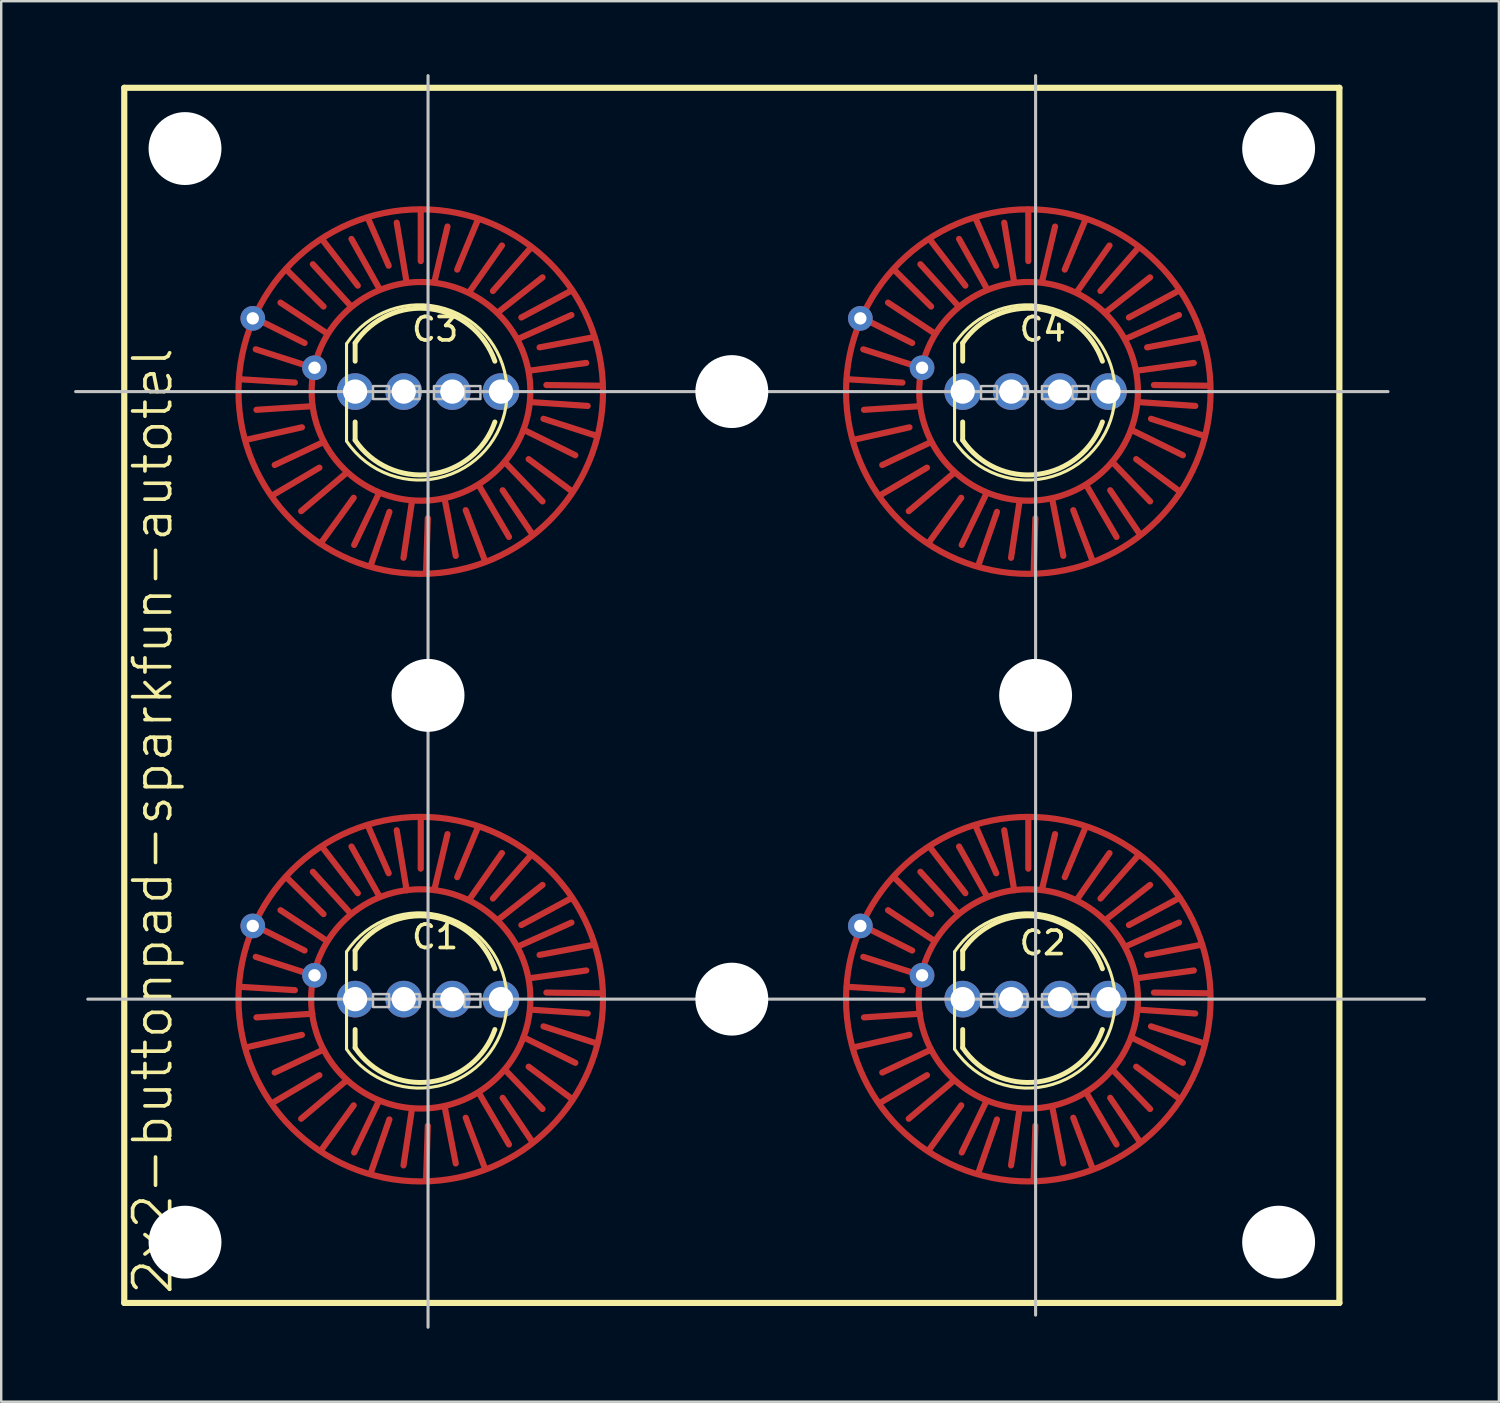
<source format=kicad_pcb>
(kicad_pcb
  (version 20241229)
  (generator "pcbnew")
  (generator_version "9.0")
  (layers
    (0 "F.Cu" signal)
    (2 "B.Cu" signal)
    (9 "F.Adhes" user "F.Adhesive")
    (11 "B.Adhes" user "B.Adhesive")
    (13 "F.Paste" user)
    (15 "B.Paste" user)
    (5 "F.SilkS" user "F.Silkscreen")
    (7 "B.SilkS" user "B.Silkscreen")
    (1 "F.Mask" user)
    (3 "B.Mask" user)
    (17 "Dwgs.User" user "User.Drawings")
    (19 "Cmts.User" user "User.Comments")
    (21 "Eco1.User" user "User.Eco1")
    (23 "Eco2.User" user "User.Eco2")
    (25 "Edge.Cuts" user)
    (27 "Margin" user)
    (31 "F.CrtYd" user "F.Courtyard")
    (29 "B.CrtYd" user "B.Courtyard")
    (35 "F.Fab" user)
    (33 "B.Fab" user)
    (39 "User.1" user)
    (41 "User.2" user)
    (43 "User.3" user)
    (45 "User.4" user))
  (footprint "2x2-buttonpad-sparkfun-autotel"
    (layer "F.Cu")
    (at 2.063 50.563)
    (property "Reference" "2x2-buttonpad-sparkfun-autotel" (at 1.17 -19.83 90) (layer "F.SilkS") (effects (font (size 1.524 1.524) (thickness 0.15))))
    (attr through_hole)
    (fp_line (start 4.73 -38.01) (end 7.02 -37.87) (stroke (width 0.254) (type solid)) (layer "F.Cu"))
    (fp_line (start 4.73 -13.01) (end 7.02 -12.87) (stroke (width 0.254) (type solid)) (layer "F.Cu"))
    (fp_line (start 5.36 -40.53) (end 7.42 -39.5) (stroke (width 0.254) (type solid)) (layer "F.Cu"))
    (fp_line (start 5.36 -15.53) (end 7.42 -14.5) (stroke (width 0.254) (type solid)) (layer "F.Cu"))
    (fp_line (start 5.41 -39.24) (end 7.78 -38.48) (stroke (width 0.254) (type solid)) (layer "F.Cu"))
    (fp_line (start 5.41 -14.24) (end 7.78 -13.48) (stroke (width 0.254) (type solid)) (layer "F.Cu"))
    (fp_line (start 5.44 -36.75) (end 7.74 -36.9) (stroke (width 0.254) (type solid)) (layer "F.Cu"))
    (fp_line (start 5.44 -11.75) (end 7.74 -11.9) (stroke (width 0.254) (type solid)) (layer "F.Cu"))
    (fp_line (start 6.08 -33.22) (end 8.03 -34.37) (stroke (width 0.254) (type solid)) (layer "F.Cu"))
    (fp_line (start 6.08 -8.22) (end 8.03 -9.37) (stroke (width 0.254) (type solid)) (layer "F.Cu"))
    (fp_line (start 6.19 -34.48) (end 8.19 -35.42) (stroke (width 0.254) (type solid)) (layer "F.Cu"))
    (fp_line (start 6.19 -9.48) (end 8.19 -10.42) (stroke (width 0.254) (type solid)) (layer "F.Cu"))
    (fp_line (start 6.43 -41.16) (end 8.29 -39.93) (stroke (width 0.254) (type solid)) (layer "F.Cu"))
    (fp_line (start 6.43 -16.16) (end 8.29 -14.93) (stroke (width 0.254) (type solid)) (layer "F.Cu"))
    (fp_line (start 6.68 -42.51) (end 8.2 -41) (stroke (width 0.254) (type solid)) (layer "F.Cu"))
    (fp_line (start 6.68 -17.51) (end 8.2 -16) (stroke (width 0.254) (type solid)) (layer "F.Cu"))
    (fp_line (start 7.31 -36.03) (end 5.03 -35.52) (stroke (width 0.254) (type solid)) (layer "F.Cu"))
    (fp_line (start 7.31 -11.03) (end 5.03 -10.52) (stroke (width 0.254) (type solid)) (layer "F.Cu"))
    (fp_line (start 7.76 -42.74) (end 9.32 -41.02) (stroke (width 0.254) (type solid)) (layer "F.Cu"))
    (fp_line (start 7.76 -17.74) (end 9.32 -16.02) (stroke (width 0.254) (type solid)) (layer "F.Cu"))
    (fp_line (start 8.16 -43.74) (end 9.61 -41.86) (stroke (width 0.254) (type solid)) (layer "F.Cu"))
    (fp_line (start 8.16 -18.74) (end 9.61 -16.86) (stroke (width 0.254) (type solid)) (layer "F.Cu"))
    (fp_line (start 9.15 -34.16) (end 7.28 -32.58) (stroke (width 0.254) (type solid)) (layer "F.Cu"))
    (fp_line (start 9.15 -9.16) (end 7.28 -7.58) (stroke (width 0.254) (type solid)) (layer "F.Cu"))
    (fp_line (start 9.35 -43.78) (end 10.46 -41.8) (stroke (width 0.254) (type solid)) (layer "F.Cu"))
    (fp_line (start 9.35 -18.78) (end 10.46 -16.8) (stroke (width 0.254) (type solid)) (layer "F.Cu"))
    (fp_line (start 9.44 -33.13) (end 8.1 -31.28) (stroke (width 0.254) (type solid)) (layer "F.Cu"))
    (fp_line (start 9.44 -8.13) (end 8.1 -6.28) (stroke (width 0.254) (type solid)) (layer "F.Cu"))
    (fp_line (start 9.46 -31.19) (end 10.45 -33.25) (stroke (width 0.254) (type solid)) (layer "F.Cu"))
    (fp_line (start 9.46 -6.19) (end 10.45 -8.25) (stroke (width 0.254) (type solid)) (layer "F.Cu"))
    (fp_line (start 10.88 -42.68) (end 10.02 -44.65) (stroke (width 0.254) (type solid)) (layer "F.Cu"))
    (fp_line (start 10.88 -17.68) (end 10.02 -19.65) (stroke (width 0.254) (type solid)) (layer "F.Cu"))
    (fp_line (start 10.91 -32.55) (end 10.15 -30.37) (stroke (width 0.254) (type solid)) (layer "F.Cu"))
    (fp_line (start 10.91 -7.55) (end 10.15 -5.37) (stroke (width 0.254) (type solid)) (layer "F.Cu"))
    (fp_line (start 11.49 -30.66) (end 11.84 -32.99) (stroke (width 0.254) (type solid)) (layer "F.Cu"))
    (fp_line (start 11.49 -5.66) (end 11.84 -7.99) (stroke (width 0.254) (type solid)) (layer "F.Cu"))
    (fp_line (start 11.62 -41.98) (end 11.21 -44.45) (stroke (width 0.254) (type solid)) (layer "F.Cu"))
    (fp_line (start 11.62 -16.98) (end 11.21 -19.45) (stroke (width 0.254) (type solid)) (layer "F.Cu"))
    (fp_line (start 12.2 -42.87) (end 12.2 -44.99) (stroke (width 0.254) (type solid)) (layer "F.Cu"))
    (fp_line (start 12.2 -17.87) (end 12.2 -19.99) (stroke (width 0.254) (type solid)) (layer "F.Cu"))
    (fp_line (start 12.49 -32.29) (end 12.42 -30.06) (stroke (width 0.254) (type solid)) (layer "F.Cu"))
    (fp_line (start 12.49 -7.29) (end 12.42 -5.06) (stroke (width 0.254) (type solid)) (layer "F.Cu"))
    (fp_line (start 12.76 -42.01) (end 13.3 -44.29) (stroke (width 0.254) (type solid)) (layer "F.Cu"))
    (fp_line (start 12.76 -17.01) (end 13.3 -19.29) (stroke (width 0.254) (type solid)) (layer "F.Cu"))
    (fp_line (start 13.64 -30.74) (end 13.18 -33.09) (stroke (width 0.254) (type solid)) (layer "F.Cu"))
    (fp_line (start 13.64 -5.74) (end 13.18 -8.09) (stroke (width 0.254) (type solid)) (layer "F.Cu"))
    (fp_line (start 13.7 -42.52) (end 14.54 -44.54) (stroke (width 0.254) (type solid)) (layer "F.Cu"))
    (fp_line (start 13.7 -17.52) (end 14.54 -19.54) (stroke (width 0.254) (type solid)) (layer "F.Cu"))
    (fp_line (start 14.05 -32.62) (end 14.83 -30.57) (stroke (width 0.254) (type solid)) (layer "F.Cu"))
    (fp_line (start 14.05 -7.62) (end 14.83 -5.57) (stroke (width 0.254) (type solid)) (layer "F.Cu"))
    (fp_line (start 14.2 -41.6) (end 15.54 -43.51) (stroke (width 0.254) (type solid)) (layer "F.Cu"))
    (fp_line (start 14.2 -16.6) (end 15.54 -18.51) (stroke (width 0.254) (type solid)) (layer "F.Cu"))
    (fp_line (start 15.39 -40.77) (end 17.21 -42.2) (stroke (width 0.254) (type solid)) (layer "F.Cu"))
    (fp_line (start 15.39 -15.77) (end 17.21 -17.2) (stroke (width 0.254) (type solid)) (layer "F.Cu"))
    (fp_line (start 15.57 -33.44) (end 16.77 -31.66) (stroke (width 0.254) (type solid)) (layer "F.Cu"))
    (fp_line (start 15.57 -8.44) (end 16.77 -6.66) (stroke (width 0.254) (type solid)) (layer "F.Cu"))
    (fp_line (start 15.66 -34.6) (end 17.21 -32.98) (stroke (width 0.254) (type solid)) (layer "F.Cu"))
    (fp_line (start 15.66 -9.6) (end 17.21 -7.98) (stroke (width 0.254) (type solid)) (layer "F.Cu"))
    (fp_line (start 15.83 -31.52) (end 14.58 -33.66) (stroke (width 0.254) (type solid)) (layer "F.Cu"))
    (fp_line (start 15.83 -6.52) (end 14.58 -8.66) (stroke (width 0.254) (type solid)) (layer "F.Cu"))
    (fp_line (start 16.23 -39.68) (end 18.4 -40.65) (stroke (width 0.254) (type solid)) (layer "F.Cu"))
    (fp_line (start 16.23 -14.68) (end 18.4 -15.65) (stroke (width 0.254) (type solid)) (layer "F.Cu"))
    (fp_line (start 16.34 -40.55) (end 18.37 -41.64) (stroke (width 0.254) (type solid)) (layer "F.Cu"))
    (fp_line (start 16.34 -15.55) (end 18.37 -16.64) (stroke (width 0.254) (type solid)) (layer "F.Cu"))
    (fp_line (start 16.43 -35.93) (end 18.56 -34.88) (stroke (width 0.254) (type solid)) (layer "F.Cu"))
    (fp_line (start 16.43 -10.93) (end 18.56 -9.88) (stroke (width 0.254) (type solid)) (layer "F.Cu"))
    (fp_line (start 16.64 -34.72) (end 18.39 -33.42) (stroke (width 0.254) (type solid)) (layer "F.Cu"))
    (fp_line (start 16.64 -9.72) (end 18.39 -8.42) (stroke (width 0.254) (type solid)) (layer "F.Cu"))
    (fp_line (start 16.67 -38.36) (end 19.01 -38.68) (stroke (width 0.254) (type solid)) (layer "F.Cu"))
    (fp_line (start 16.67 -13.36) (end 19.01 -13.68) (stroke (width 0.254) (type solid)) (layer "F.Cu"))
    (fp_line (start 16.71 -37.07) (end 19.07 -36.91) (stroke (width 0.254) (type solid)) (layer "F.Cu"))
    (fp_line (start 16.71 -12.07) (end 19.07 -11.91) (stroke (width 0.254) (type solid)) (layer "F.Cu"))
    (fp_line (start 16.73 -43.42) (end 15.17 -41.64) (stroke (width 0.254) (type solid)) (layer "F.Cu"))
    (fp_line (start 16.73 -18.42) (end 15.17 -16.64) (stroke (width 0.254) (type solid)) (layer "F.Cu"))
    (fp_line (start 17.09 -39.32) (end 19.33 -39.74) (stroke (width 0.254) (type solid)) (layer "F.Cu"))
    (fp_line (start 17.09 -14.32) (end 19.33 -14.74) (stroke (width 0.254) (type solid)) (layer "F.Cu"))
    (fp_line (start 17.25 -36.38) (end 19.37 -35.7) (stroke (width 0.254) (type solid)) (layer "F.Cu"))
    (fp_line (start 17.25 -11.38) (end 19.37 -10.7) (stroke (width 0.254) (type solid)) (layer "F.Cu"))
    (fp_line (start 17.37 -37.77) (end 19.66 -37.74) (stroke (width 0.254) (type solid)) (layer "F.Cu"))
    (fp_line (start 17.37 -12.77) (end 19.66 -12.74) (stroke (width 0.254) (type solid)) (layer "F.Cu"))
    (fp_line (start 29.73 -38.01) (end 32.02 -37.87) (stroke (width 0.254) (type solid)) (layer "F.Cu"))
    (fp_line (start 29.73 -13.01) (end 32.02 -12.87) (stroke (width 0.254) (type solid)) (layer "F.Cu"))
    (fp_line (start 30.36 -40.53) (end 32.42 -39.5) (stroke (width 0.254) (type solid)) (layer "F.Cu"))
    (fp_line (start 30.36 -15.53) (end 32.42 -14.5) (stroke (width 0.254) (type solid)) (layer "F.Cu"))
    (fp_line (start 30.41 -39.24) (end 32.78 -38.48) (stroke (width 0.254) (type solid)) (layer "F.Cu"))
    (fp_line (start 30.41 -14.24) (end 32.78 -13.48) (stroke (width 0.254) (type solid)) (layer "F.Cu"))
    (fp_line (start 30.44 -36.75) (end 32.74 -36.9) (stroke (width 0.254) (type solid)) (layer "F.Cu"))
    (fp_line (start 30.44 -11.75) (end 32.74 -11.9) (stroke (width 0.254) (type solid)) (layer "F.Cu"))
    (fp_line (start 31.08 -33.22) (end 33.03 -34.37) (stroke (width 0.254) (type solid)) (layer "F.Cu"))
    (fp_line (start 31.08 -8.22) (end 33.03 -9.37) (stroke (width 0.254) (type solid)) (layer "F.Cu"))
    (fp_line (start 31.19 -34.48) (end 33.19 -35.42) (stroke (width 0.254) (type solid)) (layer "F.Cu"))
    (fp_line (start 31.19 -9.48) (end 33.19 -10.42) (stroke (width 0.254) (type solid)) (layer "F.Cu"))
    (fp_line (start 31.43 -41.16) (end 33.29 -39.93) (stroke (width 0.254) (type solid)) (layer "F.Cu"))
    (fp_line (start 31.43 -16.16) (end 33.29 -14.93) (stroke (width 0.254) (type solid)) (layer "F.Cu"))
    (fp_line (start 31.68 -42.51) (end 33.2 -41) (stroke (width 0.254) (type solid)) (layer "F.Cu"))
    (fp_line (start 31.68 -17.51) (end 33.2 -16) (stroke (width 0.254) (type solid)) (layer "F.Cu"))
    (fp_line (start 32.31 -36.03) (end 30.03 -35.52) (stroke (width 0.254) (type solid)) (layer "F.Cu"))
    (fp_line (start 32.31 -11.03) (end 30.03 -10.52) (stroke (width 0.254) (type solid)) (layer "F.Cu"))
    (fp_line (start 32.76 -42.74) (end 34.32 -41.02) (stroke (width 0.254) (type solid)) (layer "F.Cu"))
    (fp_line (start 32.76 -17.74) (end 34.32 -16.02) (stroke (width 0.254) (type solid)) (layer "F.Cu"))
    (fp_line (start 33.16 -43.74) (end 34.61 -41.86) (stroke (width 0.254) (type solid)) (layer "F.Cu"))
    (fp_line (start 33.16 -18.74) (end 34.61 -16.86) (stroke (width 0.254) (type solid)) (layer "F.Cu"))
    (fp_line (start 34.15 -34.16) (end 32.28 -32.58) (stroke (width 0.254) (type solid)) (layer "F.Cu"))
    (fp_line (start 34.15 -9.16) (end 32.28 -7.58) (stroke (width 0.254) (type solid)) (layer "F.Cu"))
    (fp_line (start 34.35 -43.78) (end 35.46 -41.8) (stroke (width 0.254) (type solid)) (layer "F.Cu"))
    (fp_line (start 34.35 -18.78) (end 35.46 -16.8) (stroke (width 0.254) (type solid)) (layer "F.Cu"))
    (fp_line (start 34.44 -33.13) (end 33.1 -31.28) (stroke (width 0.254) (type solid)) (layer "F.Cu"))
    (fp_line (start 34.44 -8.13) (end 33.1 -6.28) (stroke (width 0.254) (type solid)) (layer "F.Cu"))
    (fp_line (start 34.46 -31.19) (end 35.45 -33.25) (stroke (width 0.254) (type solid)) (layer "F.Cu"))
    (fp_line (start 34.46 -6.19) (end 35.45 -8.25) (stroke (width 0.254) (type solid)) (layer "F.Cu"))
    (fp_line (start 35.88 -42.68) (end 35.02 -44.65) (stroke (width 0.254) (type solid)) (layer "F.Cu"))
    (fp_line (start 35.88 -17.68) (end 35.02 -19.65) (stroke (width 0.254) (type solid)) (layer "F.Cu"))
    (fp_line (start 35.91 -32.55) (end 35.15 -30.37) (stroke (width 0.254) (type solid)) (layer "F.Cu"))
    (fp_line (start 35.91 -7.55) (end 35.15 -5.37) (stroke (width 0.254) (type solid)) (layer "F.Cu"))
    (fp_line (start 36.49 -30.66) (end 36.84 -32.99) (stroke (width 0.254) (type solid)) (layer "F.Cu"))
    (fp_line (start 36.49 -5.66) (end 36.84 -7.99) (stroke (width 0.254) (type solid)) (layer "F.Cu"))
    (fp_line (start 36.62 -41.98) (end 36.21 -44.45) (stroke (width 0.254) (type solid)) (layer "F.Cu"))
    (fp_line (start 36.62 -16.98) (end 36.21 -19.45) (stroke (width 0.254) (type solid)) (layer "F.Cu"))
    (fp_line (start 37.2 -42.87) (end 37.2 -44.99) (stroke (width 0.254) (type solid)) (layer "F.Cu"))
    (fp_line (start 37.2 -17.87) (end 37.2 -19.99) (stroke (width 0.254) (type solid)) (layer "F.Cu"))
    (fp_line (start 37.49 -32.29) (end 37.42 -30.06) (stroke (width 0.254) (type solid)) (layer "F.Cu"))
    (fp_line (start 37.49 -7.29) (end 37.42 -5.06) (stroke (width 0.254) (type solid)) (layer "F.Cu"))
    (fp_line (start 37.76 -42.01) (end 38.3 -44.29) (stroke (width 0.254) (type solid)) (layer "F.Cu"))
    (fp_line (start 37.76 -17.01) (end 38.3 -19.29) (stroke (width 0.254) (type solid)) (layer "F.Cu"))
    (fp_line (start 38.64 -30.74) (end 38.18 -33.09) (stroke (width 0.254) (type solid)) (layer "F.Cu"))
    (fp_line (start 38.64 -5.74) (end 38.18 -8.09) (stroke (width 0.254) (type solid)) (layer "F.Cu"))
    (fp_line (start 38.7 -42.52) (end 39.54 -44.54) (stroke (width 0.254) (type solid)) (layer "F.Cu"))
    (fp_line (start 38.7 -17.52) (end 39.54 -19.54) (stroke (width 0.254) (type solid)) (layer "F.Cu"))
    (fp_line (start 39.05 -32.62) (end 39.83 -30.57) (stroke (width 0.254) (type solid)) (layer "F.Cu"))
    (fp_line (start 39.05 -7.62) (end 39.83 -5.57) (stroke (width 0.254) (type solid)) (layer "F.Cu"))
    (fp_line (start 39.2 -41.6) (end 40.54 -43.51) (stroke (width 0.254) (type solid)) (layer "F.Cu"))
    (fp_line (start 39.2 -16.6) (end 40.54 -18.51) (stroke (width 0.254) (type solid)) (layer "F.Cu"))
    (fp_line (start 40.39 -40.77) (end 42.21 -42.2) (stroke (width 0.254) (type solid)) (layer "F.Cu"))
    (fp_line (start 40.39 -15.77) (end 42.21 -17.2) (stroke (width 0.254) (type solid)) (layer "F.Cu"))
    (fp_line (start 40.57 -33.44) (end 41.77 -31.66) (stroke (width 0.254) (type solid)) (layer "F.Cu"))
    (fp_line (start 40.57 -8.44) (end 41.77 -6.66) (stroke (width 0.254) (type solid)) (layer "F.Cu"))
    (fp_line (start 40.66 -34.6) (end 42.21 -32.98) (stroke (width 0.254) (type solid)) (layer "F.Cu"))
    (fp_line (start 40.66 -9.6) (end 42.21 -7.98) (stroke (width 0.254) (type solid)) (layer "F.Cu"))
    (fp_line (start 40.83 -31.52) (end 39.58 -33.66) (stroke (width 0.254) (type solid)) (layer "F.Cu"))
    (fp_line (start 40.83 -6.52) (end 39.58 -8.66) (stroke (width 0.254) (type solid)) (layer "F.Cu"))
    (fp_line (start 41.23 -39.68) (end 43.4 -40.65) (stroke (width 0.254) (type solid)) (layer "F.Cu"))
    (fp_line (start 41.23 -14.68) (end 43.4 -15.65) (stroke (width 0.254) (type solid)) (layer "F.Cu"))
    (fp_line (start 41.34 -40.55) (end 43.37 -41.64) (stroke (width 0.254) (type solid)) (layer "F.Cu"))
    (fp_line (start 41.34 -15.55) (end 43.37 -16.64) (stroke (width 0.254) (type solid)) (layer "F.Cu"))
    (fp_line (start 41.43 -35.93) (end 43.56 -34.88) (stroke (width 0.254) (type solid)) (layer "F.Cu"))
    (fp_line (start 41.43 -10.93) (end 43.56 -9.88) (stroke (width 0.254) (type solid)) (layer "F.Cu"))
    (fp_line (start 41.64 -34.72) (end 43.39 -33.42) (stroke (width 0.254) (type solid)) (layer "F.Cu"))
    (fp_line (start 41.64 -9.72) (end 43.39 -8.42) (stroke (width 0.254) (type solid)) (layer "F.Cu"))
    (fp_line (start 41.67 -38.36) (end 44.01 -38.68) (stroke (width 0.254) (type solid)) (layer "F.Cu"))
    (fp_line (start 41.67 -13.36) (end 44.01 -13.68) (stroke (width 0.254) (type solid)) (layer "F.Cu"))
    (fp_line (start 41.71 -37.07) (end 44.07 -36.91) (stroke (width 0.254) (type solid)) (layer "F.Cu"))
    (fp_line (start 41.71 -12.07) (end 44.07 -11.91) (stroke (width 0.254) (type solid)) (layer "F.Cu"))
    (fp_line (start 41.73 -43.42) (end 40.17 -41.64) (stroke (width 0.254) (type solid)) (layer "F.Cu"))
    (fp_line (start 41.73 -18.42) (end 40.17 -16.64) (stroke (width 0.254) (type solid)) (layer "F.Cu"))
    (fp_line (start 42.09 -39.32) (end 44.33 -39.74) (stroke (width 0.254) (type solid)) (layer "F.Cu"))
    (fp_line (start 42.09 -14.32) (end 44.33 -14.74) (stroke (width 0.254) (type solid)) (layer "F.Cu"))
    (fp_line (start 42.25 -36.38) (end 44.37 -35.7) (stroke (width 0.254) (type solid)) (layer "F.Cu"))
    (fp_line (start 42.25 -11.38) (end 44.37 -10.7) (stroke (width 0.254) (type solid)) (layer "F.Cu"))
    (fp_line (start 42.37 -37.77) (end 44.66 -37.74) (stroke (width 0.254) (type solid)) (layer "F.Cu"))
    (fp_line (start 42.37 -12.77) (end 44.66 -12.74) (stroke (width 0.254) (type solid)) (layer "F.Cu"))
    (fp_circle (center 12.2 -37.5) (end 19.7 -37.5) (stroke (width 0.254) (type solid)) (fill no) (layer "F.Cu"))
    (fp_circle (center 12.2 -12.51) (end 16.711 -12.51) (stroke (width 0.254) (type solid)) (fill no) (layer "F.Cu"))
    (fp_circle (center 12.2 -12.5) (end 19.7 -12.5) (stroke (width 0.254) (type solid)) (fill no) (layer "F.Cu"))
    (fp_circle (center 12.21 -37.51) (end 16.71 -37.51) (stroke (width 0.254) (type solid)) (fill no) (layer "F.Cu"))
    (fp_circle (center 37.2 -37.5) (end 44.7 -37.5) (stroke (width 0.254) (type solid)) (fill no) (layer "F.Cu"))
    (fp_circle (center 37.2 -12.51) (end 41.711 -12.51) (stroke (width 0.254) (type solid)) (fill no) (layer "F.Cu"))
    (fp_circle (center 37.2 -12.5) (end 44.7 -12.5) (stroke (width 0.254) (type solid)) (fill no) (layer "F.Cu"))
    (fp_circle (center 37.21 -37.51) (end 41.71 -37.51) (stroke (width 0.254) (type solid)) (fill no) (layer "F.Cu"))
    (fp_circle (center 12.2 -12.509) (end 18.224 -12.538) (stroke (width 3) (type solid)) (fill no) (layer "F.Mask"))
    (fp_circle (center 12.2 -37.5) (end 18.224 -37.529) (stroke (width 3) (type solid)) (fill no) (layer "F.Mask"))
    (fp_circle (center 12.2 -37.5) (end 18.224 -37.529) (stroke (width 3) (type solid)) (fill no) (layer "F.Mask"))
    (fp_circle (center 37.219 -37.465) (end 43.243 -37.493) (stroke (width 3) (type solid)) (fill no) (layer "F.Mask"))
    (fp_circle (center 37.219 -12.509) (end 43.243 -12.538) (stroke (width 3) (type solid)) (fill no) (layer "F.Mask"))
    (fp_line (start 0 -50) (end 50 -50) (stroke (width 0.254) (type solid)) (layer "F.SilkS"))
    (fp_line (start 0 0) (end 0 -50) (stroke (width 0.254) (type solid)) (layer "F.SilkS"))
    (fp_line (start 9.146 -39.465) (end 9.146 -35.465) (stroke (width 0.127) (type solid)) (layer "F.SilkS"))
    (fp_line (start 9.146 -14.446) (end 9.146 -10.446) (stroke (width 0.127) (type solid)) (layer "F.SilkS"))
    (fp_line (start 9.5 -39.5) (end 9.5 -38.75) (stroke (width 0.203) (type solid)) (layer "F.SilkS"))
    (fp_line (start 9.5 -35.5) (end 9.5 -36.25) (stroke (width 0.203) (type solid)) (layer "F.SilkS"))
    (fp_line (start 9.5 -14.5) (end 9.5 -13.75) (stroke (width 0.203) (type solid)) (layer "F.SilkS"))
    (fp_line (start 9.5 -10.5) (end 9.5 -11.25) (stroke (width 0.203) (type solid)) (layer "F.SilkS"))
    (fp_line (start 34.165 -39.465) (end 34.165 -35.465) (stroke (width 0.127) (type solid)) (layer "F.SilkS"))
    (fp_line (start 34.165 -14.446) (end 34.165 -10.446) (stroke (width 0.127) (type solid)) (layer "F.SilkS"))
    (fp_line (start 34.5 -39.5) (end 34.5 -38.75) (stroke (width 0.203) (type solid)) (layer "F.SilkS"))
    (fp_line (start 34.5 -35.5) (end 34.5 -36.25) (stroke (width 0.203) (type solid)) (layer "F.SilkS"))
    (fp_line (start 34.5 -14.5) (end 34.5 -13.75) (stroke (width 0.203) (type solid)) (layer "F.SilkS"))
    (fp_line (start 34.5 -10.5) (end 34.5 -11.25) (stroke (width 0.203) (type solid)) (layer "F.SilkS"))
    (fp_line (start 50 -50) (end 50 0) (stroke (width 0.254) (type solid)) (layer "F.SilkS"))
    (fp_line (start 50 0) (end 0 0) (stroke (width 0.254) (type solid)) (layer "F.SilkS"))
    (fp_arc (start 9.146 -39.465) (mid 15.751551 -37.465) (end 9.146 -35.465) (stroke (width 0.127) (type solid)) (layer "F.SilkS"))
    (fp_arc (start 9.146 -14.446) (mid 15.751551 -12.446) (end 9.146 -10.446) (stroke (width 0.127) (type solid)) (layer "F.SilkS"))
    (fp_arc (start 9.5 -39.5) (mid 12.606763 -40.901848) (end 15.25 -38.75) (stroke (width 0.2032) (type solid)) (layer "F.SilkS"))
    (fp_arc (start 9.5 -14.5) (mid 12.606763 -15.901848) (end 15.25 -13.75) (stroke (width 0.2032) (type solid)) (layer "F.SilkS"))
    (fp_arc (start 15.249999 -36.249998) (mid 12.606762 -34.098152) (end 9.5 -35.5) (stroke (width 0.2032) (type solid)) (layer "F.SilkS"))
    (fp_arc (start 15.249999 -11.249998) (mid 12.606762 -9.098152) (end 9.5 -10.5) (stroke (width 0.2032) (type solid)) (layer "F.SilkS"))
    (fp_arc (start 34.165 -39.465) (mid 40.770551 -37.465) (end 34.165 -35.465) (stroke (width 0.127) (type solid)) (layer "F.SilkS"))
    (fp_arc (start 34.165 -14.446) (mid 40.770551 -12.446) (end 34.165 -10.446) (stroke (width 0.127) (type solid)) (layer "F.SilkS"))
    (fp_arc (start 34.5 -39.5) (mid 37.606763 -40.901848) (end 40.25 -38.75) (stroke (width 0.2032) (type solid)) (layer "F.SilkS"))
    (fp_arc (start 34.5 -14.5) (mid 37.606763 -15.901848) (end 40.25 -13.75) (stroke (width 0.2032) (type solid)) (layer "F.SilkS"))
    (fp_arc (start 40.249999 -36.249998) (mid 37.606762 -34.098152) (end 34.5 -35.5) (stroke (width 0.2032) (type solid)) (layer "F.SilkS"))
    (fp_arc (start 40.249999 -11.249998) (mid 37.606762 -9.098152) (end 34.5 -10.5) (stroke (width 0.2032) (type solid)) (layer "F.SilkS"))
    (fp_line (start 12.5 -50.5) (end 12.5 1) (stroke (width 0.127) (type solid)) (layer "Dwgs.User"))
    (fp_line (start 37.5 0.5) (end 37.5 -50.5) (stroke (width 0.127) (type solid)) (layer "Dwgs.User"))
    (fp_line (start 52 -37.5) (end -2 -37.5) (stroke (width 0.127) (type solid)) (layer "Dwgs.User"))
    (fp_line (start 53.5 -12.5) (end -1.5 -12.5) (stroke (width 0.127) (type solid)) (layer "Dwgs.User"))
    (fp_poly (pts (xy 10.236 -37.193) (xy 10.897 -37.193) (xy 10.897 -37.727) (xy 10.236 -37.727)) (stroke (width 0.1) (type solid)) (fill no) (layer "Dwgs.User"))
    (fp_poly (pts (xy 10.236 -12.174) (xy 10.897 -12.174) (xy 10.897 -12.708) (xy 10.236 -12.708)) (stroke (width 0.1) (type solid)) (fill no) (layer "Dwgs.User"))
    (fp_poly (pts (xy 11.488 -37.193) (xy 12.149 -37.193) (xy 12.149 -37.727) (xy 11.488 -37.727)) (stroke (width 0.1) (type solid)) (fill no) (layer "Dwgs.User"))
    (fp_poly (pts (xy 11.488 -12.174) (xy 12.149 -12.174) (xy 12.149 -12.708) (xy 11.488 -12.708)) (stroke (width 0.1) (type solid)) (fill no) (layer "Dwgs.User"))
    (fp_poly (pts (xy 12.743 -37.193) (xy 13.404 -37.193) (xy 13.404 -37.727) (xy 12.743 -37.727)) (stroke (width 0.1) (type solid)) (fill no) (layer "Dwgs.User"))
    (fp_poly (pts (xy 12.743 -12.174) (xy 13.404 -12.174) (xy 13.404 -12.708) (xy 12.743 -12.708)) (stroke (width 0.1) (type solid)) (fill no) (layer "Dwgs.User"))
    (fp_poly (pts (xy 13.995 -37.193) (xy 14.656 -37.193) (xy 14.656 -37.727) (xy 13.995 -37.727)) (stroke (width 0.1) (type solid)) (fill no) (layer "Dwgs.User"))
    (fp_poly (pts (xy 13.995 -12.174) (xy 14.656 -12.174) (xy 14.656 -12.708) (xy 13.995 -12.708)) (stroke (width 0.1) (type solid)) (fill no) (layer "Dwgs.User"))
    (fp_poly (pts (xy 35.255 -37.193) (xy 35.916 -37.193) (xy 35.916 -37.727) (xy 35.255 -37.727)) (stroke (width 0.1) (type solid)) (fill no) (layer "Dwgs.User"))
    (fp_poly (pts (xy 35.255 -12.174) (xy 35.916 -12.174) (xy 35.916 -12.708) (xy 35.255 -12.708)) (stroke (width 0.1) (type solid)) (fill no) (layer "Dwgs.User"))
    (fp_poly (pts (xy 36.507 -37.193) (xy 37.168 -37.193) (xy 37.168 -37.727) (xy 36.507 -37.727)) (stroke (width 0.1) (type solid)) (fill no) (layer "Dwgs.User"))
    (fp_poly (pts (xy 36.507 -12.174) (xy 37.168 -12.174) (xy 37.168 -12.708) (xy 36.507 -12.708)) (stroke (width 0.1) (type solid)) (fill no) (layer "Dwgs.User"))
    (fp_poly (pts (xy 37.762 -37.193) (xy 38.423 -37.193) (xy 38.423 -37.727) (xy 37.762 -37.727)) (stroke (width 0.1) (type solid)) (fill no) (layer "Dwgs.User"))
    (fp_poly (pts (xy 37.762 -12.174) (xy 38.423 -12.174) (xy 38.423 -12.708) (xy 37.762 -12.708)) (stroke (width 0.1) (type solid)) (fill no) (layer "Dwgs.User"))
    (fp_poly (pts (xy 39.014 -37.193) (xy 39.675 -37.193) (xy 39.675 -37.727) (xy 39.014 -37.727)) (stroke (width 0.1) (type solid)) (fill no) (layer "Dwgs.User"))
    (fp_poly (pts (xy 39.014 -12.174) (xy 39.675 -12.174) (xy 39.675 -12.708) (xy 39.014 -12.708)) (stroke (width 0.1) (type solid)) (fill no) (layer "Dwgs.User"))
    (fp_text user "C4" (at 36.75 -39.5 0) (layer "F.SilkS") (effects (font (size 0.965 0.965) (thickness 0.152)) (justify left bottom)))
    (fp_text user "C2" (at 36.75 -14.25 0) (layer "F.SilkS") (effects (font (size 0.965 0.965) (thickness 0.152)) (justify left bottom)))
    (fp_text user "C3" (at 11.75 -39.5 0) (layer "F.SilkS") (effects (font (size 0.965 0.965) (thickness 0.152)) (justify left bottom)))
    (fp_text user "C1" (at 11.75 -14.5 0) (layer "F.SilkS") (effects (font (size 0.965 0.965) (thickness 0.152)) (justify left bottom)))
    (pad "" np_thru_hole circle (at 2.5 -47.5) (size 3 3) (drill 3) (layers "*.Cu"))
    (pad "" np_thru_hole circle (at 2.5 -2.5) (size 3 3) (drill 3) (layers "*.Cu"))
    (pad "" np_thru_hole circle (at 12.5 -25) (size 3 3) (drill 3) (layers "*.Cu"))
    (pad "" np_thru_hole circle (at 25 -37.5) (size 3 3) (drill 3) (layers "*.Cu"))
    (pad "" np_thru_hole circle (at 25 -12.5) (size 3 3) (drill 3) (layers "*.Cu"))
    (pad "" np_thru_hole circle (at 37.5 -25) (size 3 3) (drill 3) (layers "*.Cu"))
    (pad "" np_thru_hole circle (at 47.5 -47.5) (size 3 3) (drill 3) (layers "*.Cu"))
    (pad "" np_thru_hole circle (at 47.5 -2.5) (size 3 3) (drill 3) (layers "*.Cu"))
    (pad "BLU1" thru_hole circle (at 13.5 -12.5 90) (size 1.508 1.508) (drill 1) (layers "*.Cu" "*.Mask"))
    (pad "BLU2" thru_hole circle (at 38.5 -12.5 90) (size 1.508 1.508) (drill 1) (layers "*.Cu" "*.Mask"))
    (pad "BLU3" thru_hole circle (at 13.5 -37.5 90) (size 1.508 1.508) (drill 1) (layers "*.Cu" "*.Mask"))
    (pad "BLU4" thru_hole circle (at 38.5 -37.5 90) (size 1.508 1.508) (drill 1) (layers "*.Cu" "*.Mask"))
    (pad "GND1" thru_hole circle (at 11.5 -12.5 90) (size 1.508 1.508) (drill 1) (layers "*.Cu" "*.Mask"))
    (pad "GND2" thru_hole circle (at 36.5 -12.5 90) (size 1.508 1.508) (drill 1) (layers "*.Cu" "*.Mask"))
    (pad "GND3" thru_hole circle (at 11.5 -37.5 90) (size 1.508 1.508) (drill 1) (layers "*.Cu" "*.Mask"))
    (pad "GND4" thru_hole circle (at 36.5 -37.5 90) (size 1.508 1.508) (drill 1) (layers "*.Cu" "*.Mask"))
    (pad "GRN1" thru_hole circle (at 15.5 -12.5 90) (size 1.508 1.508) (drill 1) (layers "*.Cu" "*.Mask"))
    (pad "GRN2" thru_hole circle (at 40.5 -12.5 90) (size 1.508 1.508) (drill 1) (layers "*.Cu" "*.Mask"))
    (pad "GRN3" thru_hole circle (at 15.5 -37.5 90) (size 1.508 1.508) (drill 1) (layers "*.Cu" "*.Mask"))
    (pad "GRN4" thru_hole circle (at 40.5 -37.5 90) (size 1.508 1.508) (drill 1) (layers "*.Cu" "*.Mask"))
    (pad "RED1" thru_hole circle (at 9.5 -12.5 270) (size 1.508 1.508) (drill 1) (layers "*.Cu" "*.Mask"))
    (pad "RED2" thru_hole circle (at 34.5 -12.5 270) (size 1.508 1.508) (drill 1) (layers "*.Cu" "*.Mask"))
    (pad "RED3" thru_hole circle (at 9.5 -37.5 270) (size 1.508 1.508) (drill 1) (layers "*.Cu" "*.Mask"))
    (pad "RED4" thru_hole circle (at 34.5 -37.5 270) (size 1.508 1.508) (drill 1) (layers "*.Cu" "*.Mask"))
    (pad "SIG1" thru_hole circle (at 5.288 -15.513) (size 1.016 1.016) (drill 0.508) (layers "*.Cu" "*.Mask"))
    (pad "SIG2" thru_hole circle (at 7.828 -13.481) (size 1.016 1.016) (drill 0.508) (layers "*.Cu" "*.Mask"))
    (pad "SIG3" thru_hole circle (at 30.288 -15.513) (size 1.016 1.016) (drill 0.508) (layers "*.Cu" "*.Mask"))
    (pad "SIG4" thru_hole circle (at 32.828 -13.481) (size 1.016 1.016) (drill 0.508) (layers "*.Cu" "*.Mask"))
    (pad "SIG5" thru_hole circle (at 5.288 -40.513) (size 1.016 1.016) (drill 0.508) (layers "*.Cu" "*.Mask"))
    (pad "SIG6" thru_hole circle (at 7.828 -38.481) (size 1.016 1.016) (drill 0.508) (layers "*.Cu" "*.Mask"))
    (pad "SIG7" thru_hole circle (at 30.288 -40.513) (size 1.016 1.016) (drill 0.508) (layers "*.Cu" "*.Mask"))
    (pad "SIG8" thru_hole circle (at 32.828 -38.481) (size 1.016 1.016) (drill 0.508) (layers "*.Cu" "*.Mask")))
  (gr_rect
    (start -3 -3)
    (end 58.627 54.627)
    (stroke (width 0.1) (type default))
    (fill no)
    (layer "Edge.Cuts")))
</source>
